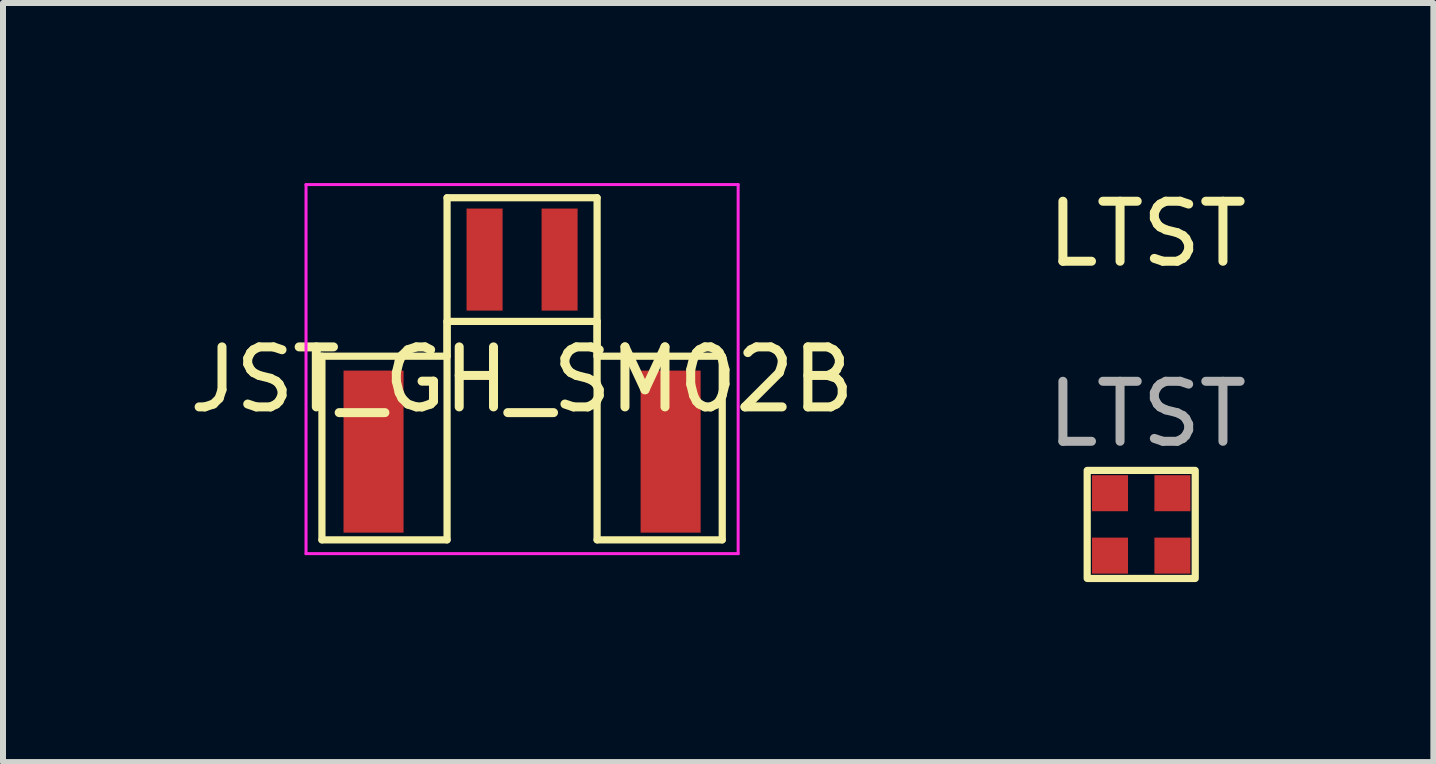
<source format=kicad_pcb>
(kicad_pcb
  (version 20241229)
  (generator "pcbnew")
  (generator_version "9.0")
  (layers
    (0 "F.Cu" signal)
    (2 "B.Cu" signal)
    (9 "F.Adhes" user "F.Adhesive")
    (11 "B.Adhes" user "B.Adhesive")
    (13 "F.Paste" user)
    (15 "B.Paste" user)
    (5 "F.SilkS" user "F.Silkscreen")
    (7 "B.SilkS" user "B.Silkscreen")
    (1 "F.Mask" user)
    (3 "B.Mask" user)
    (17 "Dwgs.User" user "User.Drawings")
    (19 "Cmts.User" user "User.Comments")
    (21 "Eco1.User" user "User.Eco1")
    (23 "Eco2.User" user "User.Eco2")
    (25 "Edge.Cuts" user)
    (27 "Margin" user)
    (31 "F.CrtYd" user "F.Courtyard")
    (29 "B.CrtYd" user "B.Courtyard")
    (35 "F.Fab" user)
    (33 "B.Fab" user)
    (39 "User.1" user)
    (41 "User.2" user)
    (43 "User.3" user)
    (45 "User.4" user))
  (footprint "JST_GH_SM02B"
    (layer "F.Cu")
    (at 5.649 1.275)
    (property "Reference" "JST_GH_SM02B" (at 0 2 0) (layer "F.SilkS") (effects (font (size 1 1) (thickness 0.15))))
    (attr smd)
    (fp_line (start -3.335 1.61) (end -1.25 1.61) (stroke (width 0.12) (type solid)) (layer "F.SilkS"))
    (fp_line (start -3.335 4.67) (end -3.335 1.61) (stroke (width 0.12) (type solid)) (layer "F.SilkS"))
    (fp_line (start -1.25 -1.03) (end 1.25 -1.03) (stroke (width 0.12) (type solid)) (layer "F.SilkS"))
    (fp_line (start -1.25 1.03) (end -1.25 4.67) (stroke (width 0.12) (type solid)) (layer "F.SilkS"))
    (fp_line (start -1.25 1.03) (end 1.25 1.03) (stroke (width 0.12) (type solid)) (layer "F.SilkS"))
    (fp_line (start -1.25 1.61) (end -1.25 -1.03) (stroke (width 0.12) (type solid)) (layer "F.SilkS"))
    (fp_line (start -1.25 4.67) (end -3.335 4.67) (stroke (width 0.12) (type solid)) (layer "F.SilkS"))
    (fp_line (start 1.25 1.03) (end 1.25 4.67) (stroke (width 0.12) (type solid)) (layer "F.SilkS"))
    (fp_line (start 1.25 1.61) (end 1.25 -1.03) (stroke (width 0.12) (type solid)) (layer "F.SilkS"))
    (fp_line (start 1.25 4.67) (end 3.335 4.67) (stroke (width 0.12) (type solid)) (layer "F.SilkS"))
    (fp_line (start 3.335 1.61) (end 1.25 1.61) (stroke (width 0.12) (type solid)) (layer "F.SilkS"))
    (fp_line (start 3.335 4.67) (end 3.335 1.61) (stroke (width 0.12) (type solid)) (layer "F.SilkS"))
    (fp_line (start -3.6 -1.25) (end -3.6 4.9) (stroke (width 0.05) (type solid)) (layer "F.CrtYd"))
    (fp_line (start -3.6 -1.25) (end 3.6 -1.25) (stroke (width 0.05) (type solid)) (layer "F.CrtYd"))
    (fp_line (start -3.6 4.9) (end 3.6 4.9) (stroke (width 0.05) (type solid)) (layer "F.CrtYd"))
    (fp_line (start 3.6 -1.25) (end 3.6 4.9) (stroke (width 0.05) (type solid)) (layer "F.CrtYd"))
    (pad "1" smd rect (at -0.625 0) (size 0.6 1.7) (layers "F.Cu" "F.Mask" "F.Paste"))
    (pad "2" smd rect (at 0.625 0) (size 0.6 1.7) (layers "F.Cu" "F.Mask" "F.Paste"))
    (pad "SH" smd rect (at -2.475 3.2) (size 1 2.7) (layers "F.Cu" "F.Mask" "F.Paste"))
    (pad "SH" smd rect (at 2.475 3.2) (size 1 2.7) (layers "F.Cu" "F.Mask" "F.Paste")))
  (footprint "LTST"
    (layer "F.Cu")
    (at 15.965 5.688)
    (property "Reference" "LTST" (at 0.1 -4.84 0) (unlocked yes) (layer "F.SilkS") (effects (font (size 1 1) (thickness 0.15))))
    (attr smd)
    (fp_rect (start -0.9 -0.9) (end 0.9 0.9) (stroke (width 0.12) (type solid)) (fill no) (layer "F.SilkS"))
    (fp_text user "${REFERENCE}" (at 0.1 -1.84 0) (unlocked yes) (layer "F.Fab") (effects (font (size 1 1) (thickness 0.15))))
    (pad "1" smd rect (at -0.52 0.52) (size 0.6 0.6) (layers "F.Cu" "F.Mask" "F.Paste"))
    (pad "2" smd rect (at -0.52 -0.52) (size 0.6 0.6) (layers "F.Cu" "F.Mask" "F.Paste"))
    (pad "3" smd rect (at 0.52 -0.52) (size 0.6 0.6) (layers "F.Cu" "F.Mask" "F.Paste"))
    (pad "4" smd rect (at 0.52 0.52) (size 0.6 0.6) (layers "F.Cu" "F.Mask" "F.Paste")))
  (gr_rect
    (start -3 -3)
    (end 20.833 9.648)
    (stroke (width 0.1) (type default))
    (fill no)
    (layer "Edge.Cuts")))
</source>
